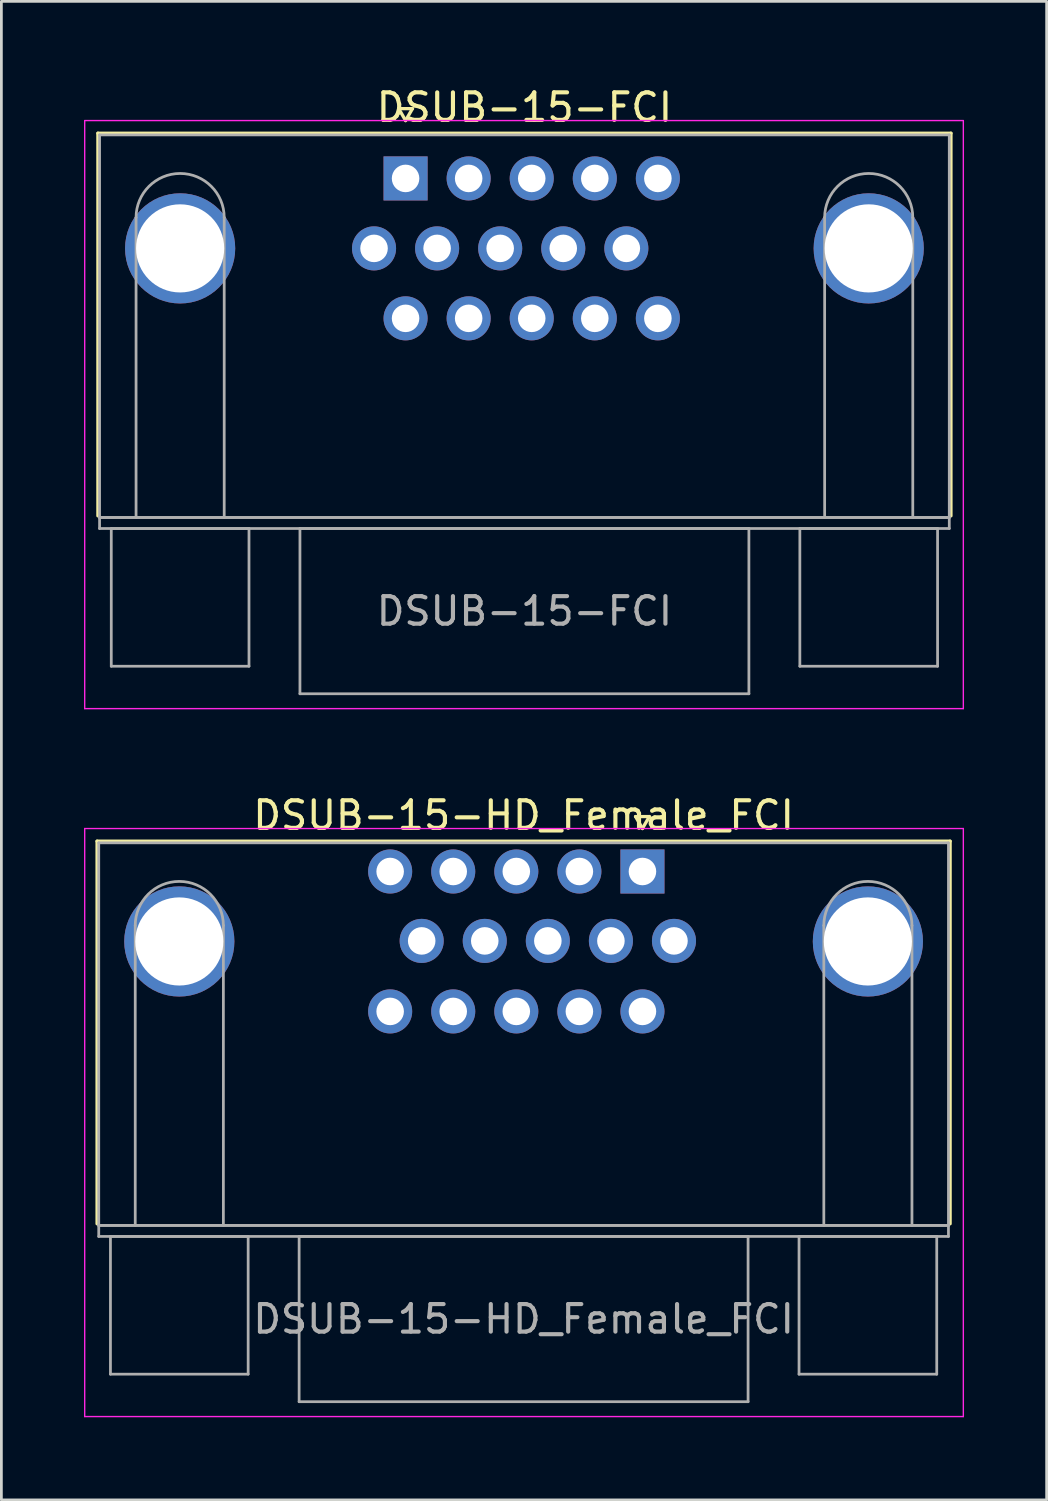
<source format=kicad_pcb>
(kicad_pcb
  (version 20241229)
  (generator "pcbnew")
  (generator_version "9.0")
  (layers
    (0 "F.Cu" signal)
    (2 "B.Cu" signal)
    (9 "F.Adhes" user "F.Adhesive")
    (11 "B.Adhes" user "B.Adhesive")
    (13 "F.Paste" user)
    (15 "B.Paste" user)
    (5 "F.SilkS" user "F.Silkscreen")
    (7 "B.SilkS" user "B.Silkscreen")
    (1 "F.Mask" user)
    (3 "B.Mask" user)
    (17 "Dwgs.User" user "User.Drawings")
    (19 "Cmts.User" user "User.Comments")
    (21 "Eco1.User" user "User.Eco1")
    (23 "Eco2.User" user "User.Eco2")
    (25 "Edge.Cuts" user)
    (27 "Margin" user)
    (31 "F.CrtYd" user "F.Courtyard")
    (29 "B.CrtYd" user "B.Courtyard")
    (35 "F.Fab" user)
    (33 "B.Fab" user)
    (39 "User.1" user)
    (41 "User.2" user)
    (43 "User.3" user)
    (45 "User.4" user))
  (footprint "DSUB-15-HD_Female_FCI"
    (layer "F.Cu")
    (at 20.275 29.131)
    (property "Reference" "DSUB-15-HD_Female_FCI" (at -4.315 -2.58 0) (layer "F.SilkS") (effects (font (size 1 1) (thickness 0.15))))
    (attr through_hole)
    (fp_line (start -19.8 -1.64) (end 11.17 -1.64) (stroke (width 0.12) (type solid)) (layer "F.SilkS"))
    (fp_line (start -19.8 12.25) (end -19.8 -1.64) (stroke (width 0.12) (type solid)) (layer "F.SilkS"))
    (fp_line (start -0.25 -2.534) (end 0.25 -2.534) (stroke (width 0.12) (type solid)) (layer "F.SilkS"))
    (fp_line (start 0 -2.101) (end -0.25 -2.534) (stroke (width 0.12) (type solid)) (layer "F.SilkS"))
    (fp_line (start 0.25 -2.534) (end 0 -2.101) (stroke (width 0.12) (type solid)) (layer "F.SilkS"))
    (fp_line (start 11.17 -1.64) (end 11.17 12.25) (stroke (width 0.12) (type solid)) (layer "F.SilkS"))
    (fp_line (start -20.25 -2.1) (end -20.25 19.25) (stroke (width 0.05) (type solid)) (layer "F.CrtYd"))
    (fp_line (start -20.25 19.25) (end 11.65 19.25) (stroke (width 0.05) (type solid)) (layer "F.CrtYd"))
    (fp_line (start 11.65 -2.1) (end -20.25 -2.1) (stroke (width 0.05) (type solid)) (layer "F.CrtYd"))
    (fp_line (start 11.65 19.25) (end 11.65 -2.1) (stroke (width 0.05) (type solid)) (layer "F.CrtYd"))
    (fp_line (start -19.74 -1.58) (end -19.74 12.31) (stroke (width 0.1) (type solid)) (layer "F.Fab"))
    (fp_line (start -19.74 12.31) (end -19.74 12.71) (stroke (width 0.1) (type solid)) (layer "F.Fab"))
    (fp_line (start -19.74 12.31) (end 11.11 12.31) (stroke (width 0.1) (type solid)) (layer "F.Fab"))
    (fp_line (start -19.74 12.71) (end 11.11 12.71) (stroke (width 0.1) (type solid)) (layer "F.Fab"))
    (fp_line (start -19.315 12.71) (end -19.315 17.71) (stroke (width 0.1) (type solid)) (layer "F.Fab"))
    (fp_line (start -19.315 17.71) (end -14.315 17.71) (stroke (width 0.1) (type solid)) (layer "F.Fab"))
    (fp_line (start -18.415 12.31) (end -18.415 1.42) (stroke (width 0.1) (type solid)) (layer "F.Fab"))
    (fp_line (start -15.215 12.31) (end -15.215 1.42) (stroke (width 0.1) (type solid)) (layer "F.Fab"))
    (fp_line (start -14.315 12.71) (end -19.315 12.71) (stroke (width 0.1) (type solid)) (layer "F.Fab"))
    (fp_line (start -14.315 17.71) (end -14.315 12.71) (stroke (width 0.1) (type solid)) (layer "F.Fab"))
    (fp_line (start -12.465 12.71) (end -12.465 18.71) (stroke (width 0.1) (type solid)) (layer "F.Fab"))
    (fp_line (start -12.465 18.71) (end 3.835 18.71) (stroke (width 0.1) (type solid)) (layer "F.Fab"))
    (fp_line (start 3.835 12.71) (end -12.465 12.71) (stroke (width 0.1) (type solid)) (layer "F.Fab"))
    (fp_line (start 3.835 18.71) (end 3.835 12.71) (stroke (width 0.1) (type solid)) (layer "F.Fab"))
    (fp_line (start 5.685 12.71) (end 5.685 17.71) (stroke (width 0.1) (type solid)) (layer "F.Fab"))
    (fp_line (start 5.685 17.71) (end 10.685 17.71) (stroke (width 0.1) (type solid)) (layer "F.Fab"))
    (fp_line (start 6.585 12.31) (end 6.585 1.42) (stroke (width 0.1) (type solid)) (layer "F.Fab"))
    (fp_line (start 9.785 12.31) (end 9.785 1.42) (stroke (width 0.1) (type solid)) (layer "F.Fab"))
    (fp_line (start 10.685 12.71) (end 5.685 12.71) (stroke (width 0.1) (type solid)) (layer "F.Fab"))
    (fp_line (start 10.685 17.71) (end 10.685 12.71) (stroke (width 0.1) (type solid)) (layer "F.Fab"))
    (fp_line (start 11.11 -1.58) (end -19.74 -1.58) (stroke (width 0.1) (type solid)) (layer "F.Fab"))
    (fp_line (start 11.11 12.31) (end -19.74 12.31) (stroke (width 0.1) (type solid)) (layer "F.Fab"))
    (fp_line (start 11.11 12.31) (end 11.11 -1.58) (stroke (width 0.1) (type solid)) (layer "F.Fab"))
    (fp_line (start 11.11 12.71) (end 11.11 12.31) (stroke (width 0.1) (type solid)) (layer "F.Fab"))
    (fp_arc (start -18.415 1.42) (mid -16.815 -0.18) (end -15.215 1.42) (stroke (width 0.1) (type solid)) (layer "F.Fab"))
    (fp_arc (start 6.585 1.42) (mid 8.185 -0.18) (end 9.785 1.42) (stroke (width 0.1) (type solid)) (layer "F.Fab"))
    (fp_text user "${REFERENCE}" (at -4.315 15.71 0) (layer "F.Fab") (effects (font (size 1 1) (thickness 0.15))))
    (pad "0" thru_hole circle (at -16.815 2) (size 4 4) (drill 3.2) (layers "*.Cu" "*.Mask"))
    (pad "0" thru_hole circle (at 8.185 2) (size 4 4) (drill 3.2) (layers "*.Cu" "*.Mask"))
    (pad "1" thru_hole rect (at 0 -0.54) (size 1.6 1.6) (drill 1) (layers "*.Cu" "*.Mask"))
    (pad "2" thru_hole circle (at -2.29 -0.54) (size 1.6 1.6) (drill 1) (layers "*.Cu" "*.Mask"))
    (pad "3" thru_hole circle (at -4.58 -0.54) (size 1.6 1.6) (drill 1) (layers "*.Cu" "*.Mask"))
    (pad "4" thru_hole circle (at -6.87 -0.54) (size 1.6 1.6) (drill 1) (layers "*.Cu" "*.Mask"))
    (pad "5" thru_hole circle (at -9.16 -0.54) (size 1.6 1.6) (drill 1) (layers "*.Cu" "*.Mask"))
    (pad "6" thru_hole circle (at 1.145 1.98) (size 1.6 1.6) (drill 1) (layers "*.Cu" "*.Mask"))
    (pad "7" thru_hole circle (at -1.145 1.98) (size 1.6 1.6) (drill 1) (layers "*.Cu" "*.Mask"))
    (pad "8" thru_hole circle (at -3.435 1.98) (size 1.6 1.6) (drill 1) (layers "*.Cu" "*.Mask"))
    (pad "9" thru_hole circle (at -5.725 1.98) (size 1.6 1.6) (drill 1) (layers "*.Cu" "*.Mask"))
    (pad "10" thru_hole circle (at -8.015 1.98) (size 1.6 1.6) (drill 1) (layers "*.Cu" "*.Mask"))
    (pad "11" thru_hole circle (at 0 4.54) (size 1.6 1.6) (drill 1) (layers "*.Cu" "*.Mask"))
    (pad "12" thru_hole circle (at -2.29 4.54) (size 1.6 1.6) (drill 1) (layers "*.Cu" "*.Mask"))
    (pad "13" thru_hole circle (at -4.58 4.54) (size 1.6 1.6) (drill 1) (layers "*.Cu" "*.Mask"))
    (pad "14" thru_hole circle (at -6.87 4.54) (size 1.6 1.6) (drill 1) (layers "*.Cu" "*.Mask"))
    (pad "15" thru_hole circle (at -9.16 4.54) (size 1.6 1.6) (drill 1) (layers "*.Cu" "*.Mask")))
  (footprint "DSUB-15-FCI"
    (layer "F.Cu")
    (at 11.675 3.428)
    (property "Reference" "DSUB-15-FCI" (at 4.315 -2.58 0) (layer "F.SilkS") (effects (font (size 1 1) (thickness 0.15))))
    (attr through_hole)
    (fp_line (start -11.17 -1.64) (end 19.8 -1.64) (stroke (width 0.12) (type solid)) (layer "F.SilkS"))
    (fp_line (start -11.17 12.25) (end -11.17 -1.64) (stroke (width 0.12) (type solid)) (layer "F.SilkS"))
    (fp_line (start -0.25 -2.534) (end 0.25 -2.534) (stroke (width 0.12) (type solid)) (layer "F.SilkS"))
    (fp_line (start 0 -2.101) (end -0.25 -2.534) (stroke (width 0.12) (type solid)) (layer "F.SilkS"))
    (fp_line (start 0.25 -2.534) (end 0 -2.101) (stroke (width 0.12) (type solid)) (layer "F.SilkS"))
    (fp_line (start 19.8 -1.64) (end 19.8 12.25) (stroke (width 0.12) (type solid)) (layer "F.SilkS"))
    (fp_line (start -11.65 -2.1) (end -11.65 19.25) (stroke (width 0.05) (type solid)) (layer "F.CrtYd"))
    (fp_line (start -11.65 19.25) (end 20.25 19.25) (stroke (width 0.05) (type solid)) (layer "F.CrtYd"))
    (fp_line (start 20.25 -2.1) (end -11.65 -2.1) (stroke (width 0.05) (type solid)) (layer "F.CrtYd"))
    (fp_line (start 20.25 19.25) (end 20.25 -2.1) (stroke (width 0.05) (type solid)) (layer "F.CrtYd"))
    (fp_line (start -11.11 -1.58) (end -11.11 12.31) (stroke (width 0.1) (type solid)) (layer "F.Fab"))
    (fp_line (start -11.11 12.31) (end -11.11 12.71) (stroke (width 0.1) (type solid)) (layer "F.Fab"))
    (fp_line (start -11.11 12.31) (end 19.74 12.31) (stroke (width 0.1) (type solid)) (layer "F.Fab"))
    (fp_line (start -11.11 12.71) (end 19.74 12.71) (stroke (width 0.1) (type solid)) (layer "F.Fab"))
    (fp_line (start -10.685 12.71) (end -10.685 17.71) (stroke (width 0.1) (type solid)) (layer "F.Fab"))
    (fp_line (start -10.685 17.71) (end -5.685 17.71) (stroke (width 0.1) (type solid)) (layer "F.Fab"))
    (fp_line (start -9.785 12.31) (end -9.785 1.42) (stroke (width 0.1) (type solid)) (layer "F.Fab"))
    (fp_line (start -6.585 12.31) (end -6.585 1.42) (stroke (width 0.1) (type solid)) (layer "F.Fab"))
    (fp_line (start -5.685 12.71) (end -10.685 12.71) (stroke (width 0.1) (type solid)) (layer "F.Fab"))
    (fp_line (start -5.685 17.71) (end -5.685 12.71) (stroke (width 0.1) (type solid)) (layer "F.Fab"))
    (fp_line (start -3.835 12.71) (end -3.835 18.71) (stroke (width 0.1) (type solid)) (layer "F.Fab"))
    (fp_line (start -3.835 18.71) (end 12.465 18.71) (stroke (width 0.1) (type solid)) (layer "F.Fab"))
    (fp_line (start 12.465 12.71) (end -3.835 12.71) (stroke (width 0.1) (type solid)) (layer "F.Fab"))
    (fp_line (start 12.465 18.71) (end 12.465 12.71) (stroke (width 0.1) (type solid)) (layer "F.Fab"))
    (fp_line (start 14.315 12.71) (end 14.315 17.71) (stroke (width 0.1) (type solid)) (layer "F.Fab"))
    (fp_line (start 14.315 17.71) (end 19.315 17.71) (stroke (width 0.1) (type solid)) (layer "F.Fab"))
    (fp_line (start 15.215 12.31) (end 15.215 1.42) (stroke (width 0.1) (type solid)) (layer "F.Fab"))
    (fp_line (start 18.415 12.31) (end 18.415 1.42) (stroke (width 0.1) (type solid)) (layer "F.Fab"))
    (fp_line (start 19.315 12.71) (end 14.315 12.71) (stroke (width 0.1) (type solid)) (layer "F.Fab"))
    (fp_line (start 19.315 17.71) (end 19.315 12.71) (stroke (width 0.1) (type solid)) (layer "F.Fab"))
    (fp_line (start 19.74 -1.58) (end -11.11 -1.58) (stroke (width 0.1) (type solid)) (layer "F.Fab"))
    (fp_line (start 19.74 12.31) (end -11.11 12.31) (stroke (width 0.1) (type solid)) (layer "F.Fab"))
    (fp_line (start 19.74 12.31) (end 19.74 -1.58) (stroke (width 0.1) (type solid)) (layer "F.Fab"))
    (fp_line (start 19.74 12.71) (end 19.74 12.31) (stroke (width 0.1) (type solid)) (layer "F.Fab"))
    (fp_arc (start -9.785 1.42) (mid -8.185 -0.18) (end -6.585 1.42) (stroke (width 0.1) (type solid)) (layer "F.Fab"))
    (fp_arc (start 15.215 1.42) (mid 16.815 -0.18) (end 18.415 1.42) (stroke (width 0.1) (type solid)) (layer "F.Fab"))
    (fp_text user "${REFERENCE}" (at 4.315 15.71 0) (layer "F.Fab") (effects (font (size 1 1) (thickness 0.15))))
    (pad "0" thru_hole circle (at -8.185 2.54) (size 4 4) (drill 3.2) (layers "*.Cu" "*.Mask"))
    (pad "0" thru_hole circle (at 16.815 2.54) (size 4 4) (drill 3.2) (layers "*.Cu" "*.Mask"))
    (pad "1" thru_hole rect (at 0 0) (size 1.6 1.6) (drill 1) (layers "*.Cu" "*.Mask"))
    (pad "2" thru_hole circle (at 2.29 0) (size 1.6 1.6) (drill 1) (layers "*.Cu" "*.Mask"))
    (pad "3" thru_hole circle (at 4.58 0) (size 1.6 1.6) (drill 1) (layers "*.Cu" "*.Mask"))
    (pad "4" thru_hole circle (at 6.87 0) (size 1.6 1.6) (drill 1) (layers "*.Cu" "*.Mask"))
    (pad "5" thru_hole circle (at 9.16 0) (size 1.6 1.6) (drill 1) (layers "*.Cu" "*.Mask"))
    (pad "6" thru_hole circle (at -1.145 2.54) (size 1.6 1.6) (drill 1) (layers "*.Cu" "*.Mask"))
    (pad "7" thru_hole circle (at 1.145 2.54) (size 1.6 1.6) (drill 1) (layers "*.Cu" "*.Mask"))
    (pad "8" thru_hole circle (at 3.435 2.54) (size 1.6 1.6) (drill 1) (layers "*.Cu" "*.Mask"))
    (pad "9" thru_hole circle (at 5.725 2.54) (size 1.6 1.6) (drill 1) (layers "*.Cu" "*.Mask"))
    (pad "10" thru_hole circle (at 8.015 2.54) (size 1.6 1.6) (drill 1) (layers "*.Cu" "*.Mask"))
    (pad "11" thru_hole circle (at 0 5.08) (size 1.6 1.6) (drill 1) (layers "*.Cu" "*.Mask"))
    (pad "12" thru_hole circle (at 2.29 5.08) (size 1.6 1.6) (drill 1) (layers "*.Cu" "*.Mask"))
    (pad "13" thru_hole circle (at 4.58 5.08) (size 1.6 1.6) (drill 1) (layers "*.Cu" "*.Mask"))
    (pad "14" thru_hole circle (at 6.87 5.08) (size 1.6 1.6) (drill 1) (layers "*.Cu" "*.Mask"))
    (pad "15" thru_hole circle (at 9.16 5.08) (size 1.6 1.6) (drill 1) (layers "*.Cu" "*.Mask")))
  (gr_rect
    (start -3 -3)
    (end 34.95 51.407)
    (stroke (width 0.1) (type default))
    (fill no)
    (layer "Edge.Cuts")))
</source>
